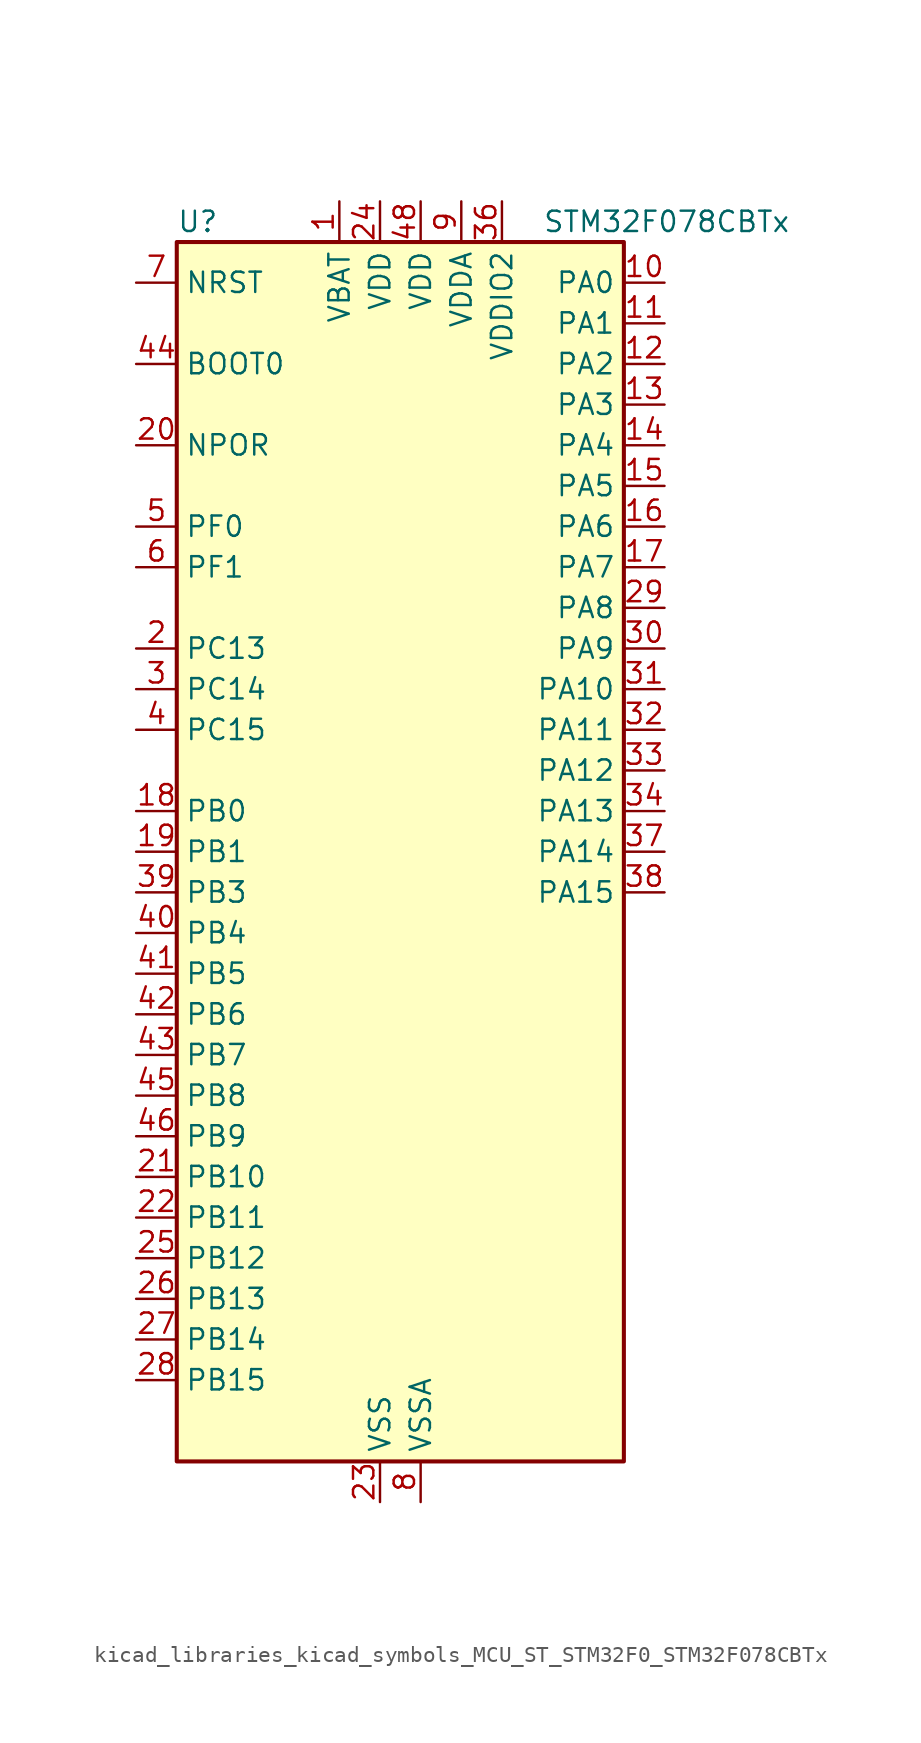
<source format=kicad_sym>
(kicad_symbol_lib
  (version 20220914)
  (generator kicad_symbol_editor)
  (symbol "kicad_libraries_kicad_symbols_MCU_ST_STM32F0_STM32F078CBTx"
    (property "Reference" "U"
      (at -12.7 39.37 0)
      (effects (font (size 1.27 1.27)) (justify left)))
    (property "Value" "STM32F078CBTx"
      (at 10.16 39.37 0)
      (effects (font (size 1.27 1.27)) (justify left)))
    (property "ki_locked" ""
      (at 0 0 0)
      (effects (font (size 1.27 1.27))))
    (symbol "kicad_libraries_kicad_symbols_MCU_ST_STM32F0_STM32F078CBTx_0_1"
      (rectangle (start -12.7 -38.1) (end 15.24 38.1) (stroke (width 0.254) (type default)) (fill (type background))))
    (symbol "kicad_libraries_kicad_symbols_MCU_ST_STM32F0_STM32F078CBTx_1_1"
      (pin power_in line (at -2.54 40.64 270) (length 2.54) (name "VBAT" (effects (font (size 1.27 1.27)))) (number "1" (effects (font (size 1.27 1.27)))))
      (pin bidirectional line (at 17.78 35.56 180) (length 2.54) (name "PA0" (effects (font (size 1.27 1.27)))) (number "10" (effects (font (size 1.27 1.27)))) (alternate "ADC_IN0" bidirectional line) (alternate "COMP1_INM" bidirectional line) (alternate "COMP1_OUT" bidirectional line) (alternate "RTC_TAMP2" bidirectional line) (alternate "SYS_WKUP1" bidirectional line) (alternate "TIM2_CH1" bidirectional line) (alternate "TIM2_ETR" bidirectional line) (alternate "TSC_G1_IO1" bidirectional line) (alternate "USART2_CTS" bidirectional line) (alternate "USART4_TX" bidirectional line))
      (pin bidirectional line (at 17.78 33.02 180) (length 2.54) (name "PA1" (effects (font (size 1.27 1.27)))) (number "11" (effects (font (size 1.27 1.27)))) (alternate "ADC_IN1" bidirectional line) (alternate "COMP1_INP" bidirectional line) (alternate "TIM15_CH1N" bidirectional line) (alternate "TIM2_CH2" bidirectional line) (alternate "TSC_G1_IO2" bidirectional line) (alternate "USART2_DE" bidirectional line) (alternate "USART2_RTS" bidirectional line) (alternate "USART4_RX" bidirectional line))
      (pin bidirectional line (at 17.78 30.48 180) (length 2.54) (name "PA2" (effects (font (size 1.27 1.27)))) (number "12" (effects (font (size 1.27 1.27)))) (alternate "ADC_IN2" bidirectional line) (alternate "COMP2_INM" bidirectional line) (alternate "COMP2_OUT" bidirectional line) (alternate "SYS_WKUP4" bidirectional line) (alternate "TIM15_CH1" bidirectional line) (alternate "TIM2_CH3" bidirectional line) (alternate "TSC_G1_IO3" bidirectional line) (alternate "USART2_TX" bidirectional line))
      (pin bidirectional line (at 17.78 27.94 180) (length 2.54) (name "PA3" (effects (font (size 1.27 1.27)))) (number "13" (effects (font (size 1.27 1.27)))) (alternate "ADC_IN3" bidirectional line) (alternate "COMP2_INP" bidirectional line) (alternate "TIM15_CH2" bidirectional line) (alternate "TIM2_CH4" bidirectional line) (alternate "TSC_G1_IO4" bidirectional line) (alternate "USART2_RX" bidirectional line))
      (pin bidirectional line (at 17.78 25.4 180) (length 2.54) (name "PA4" (effects (font (size 1.27 1.27)))) (number "14" (effects (font (size 1.27 1.27)))) (alternate "ADC_IN4" bidirectional line) (alternate "COMP1_INM" bidirectional line) (alternate "COMP2_INM" bidirectional line) (alternate "DAC_OUT1" bidirectional line) (alternate "I2S1_WS" bidirectional line) (alternate "SPI1_NSS" bidirectional line) (alternate "TIM14_CH1" bidirectional line) (alternate "TSC_G2_IO1" bidirectional line) (alternate "USART2_CK" bidirectional line))
      (pin bidirectional line (at 17.78 22.86 180) (length 2.54) (name "PA5" (effects (font (size 1.27 1.27)))) (number "15" (effects (font (size 1.27 1.27)))) (alternate "ADC_IN5" bidirectional line) (alternate "CEC" bidirectional line) (alternate "COMP1_INM" bidirectional line) (alternate "COMP2_INM" bidirectional line) (alternate "DAC_OUT2" bidirectional line) (alternate "I2S1_CK" bidirectional line) (alternate "SPI1_SCK" bidirectional line) (alternate "TIM2_CH1" bidirectional line) (alternate "TIM2_ETR" bidirectional line) (alternate "TSC_G2_IO2" bidirectional line))
      (pin bidirectional line (at 17.78 20.32 180) (length 2.54) (name "PA6" (effects (font (size 1.27 1.27)))) (number "16" (effects (font (size 1.27 1.27)))) (alternate "ADC_IN6" bidirectional line) (alternate "COMP1_OUT" bidirectional line) (alternate "I2S1_MCK" bidirectional line) (alternate "SPI1_MISO" bidirectional line) (alternate "TIM16_CH1" bidirectional line) (alternate "TIM1_BKIN" bidirectional line) (alternate "TIM3_CH1" bidirectional line) (alternate "TSC_G2_IO3" bidirectional line) (alternate "USART3_CTS" bidirectional line))
      (pin bidirectional line (at 17.78 17.78 180) (length 2.54) (name "PA7" (effects (font (size 1.27 1.27)))) (number "17" (effects (font (size 1.27 1.27)))) (alternate "ADC_IN7" bidirectional line) (alternate "COMP2_OUT" bidirectional line) (alternate "I2S1_SD" bidirectional line) (alternate "SPI1_MOSI" bidirectional line) (alternate "TIM14_CH1" bidirectional line) (alternate "TIM17_CH1" bidirectional line) (alternate "TIM1_CH1N" bidirectional line) (alternate "TIM3_CH2" bidirectional line) (alternate "TSC_G2_IO4" bidirectional line))
      (pin bidirectional line (at -15.24 2.54 0) (length 2.54) (name "PB0" (effects (font (size 1.27 1.27)))) (number "18" (effects (font (size 1.27 1.27)))) (alternate "ADC_IN8" bidirectional line) (alternate "TIM1_CH2N" bidirectional line) (alternate "TIM3_CH3" bidirectional line) (alternate "TSC_G3_IO2" bidirectional line) (alternate "USART3_CK" bidirectional line))
      (pin bidirectional line (at -15.24 0 0) (length 2.54) (name "PB1" (effects (font (size 1.27 1.27)))) (number "19" (effects (font (size 1.27 1.27)))) (alternate "ADC_IN9" bidirectional line) (alternate "TIM14_CH1" bidirectional line) (alternate "TIM1_CH3N" bidirectional line) (alternate "TIM3_CH4" bidirectional line) (alternate "TSC_G3_IO3" bidirectional line) (alternate "USART3_DE" bidirectional line) (alternate "USART3_RTS" bidirectional line))
      (pin bidirectional line (at -15.24 12.7 0) (length 2.54) (name "PC13" (effects (font (size 1.27 1.27)))) (number "2" (effects (font (size 1.27 1.27)))) (alternate "RTC_OUT_ALARM" bidirectional line) (alternate "RTC_OUT_CALIB" bidirectional line) (alternate "RTC_TAMP1" bidirectional line) (alternate "RTC_TS" bidirectional line) (alternate "SYS_WKUP2" bidirectional line))
      (pin input line (at -15.24 25.4 0) (length 2.54) (name "NPOR" (effects (font (size 1.27 1.27)))) (number "20" (effects (font (size 1.27 1.27)))))
      (pin bidirectional line (at -15.24 -20.32 0) (length 2.54) (name "PB10" (effects (font (size 1.27 1.27)))) (number "21" (effects (font (size 1.27 1.27)))) (alternate "CEC" bidirectional line) (alternate "I2C2_SCL" bidirectional line) (alternate "I2S2_CK" bidirectional line) (alternate "SPI2_SCK" bidirectional line) (alternate "TIM2_CH3" bidirectional line) (alternate "TSC_SYNC" bidirectional line) (alternate "USART3_TX" bidirectional line))
      (pin bidirectional line (at -15.24 -22.86 0) (length 2.54) (name "PB11" (effects (font (size 1.27 1.27)))) (number "22" (effects (font (size 1.27 1.27)))) (alternate "I2C2_SDA" bidirectional line) (alternate "TIM2_CH4" bidirectional line) (alternate "TSC_G6_IO1" bidirectional line) (alternate "USART3_RX" bidirectional line))
      (pin power_in line (at 0 -40.64 90) (length 2.54) (name "VSS" (effects (font (size 1.27 1.27)))) (number "23" (effects (font (size 1.27 1.27)))))
      (pin power_in line (at 0 40.64 270) (length 2.54) (name "VDD" (effects (font (size 1.27 1.27)))) (number "24" (effects (font (size 1.27 1.27)))))
      (pin bidirectional line (at -15.24 -25.4 0) (length 2.54) (name "PB12" (effects (font (size 1.27 1.27)))) (number "25" (effects (font (size 1.27 1.27)))) (alternate "I2S2_WS" bidirectional line) (alternate "SPI2_NSS" bidirectional line) (alternate "TIM15_BKIN" bidirectional line) (alternate "TIM1_BKIN" bidirectional line) (alternate "TSC_G6_IO2" bidirectional line) (alternate "USART3_CK" bidirectional line))
      (pin bidirectional line (at -15.24 -27.94 0) (length 2.54) (name "PB13" (effects (font (size 1.27 1.27)))) (number "26" (effects (font (size 1.27 1.27)))) (alternate "I2C2_SCL" bidirectional line) (alternate "I2S2_CK" bidirectional line) (alternate "SPI2_SCK" bidirectional line) (alternate "TIM1_CH1N" bidirectional line) (alternate "TSC_G6_IO3" bidirectional line) (alternate "USART3_CTS" bidirectional line))
      (pin bidirectional line (at -15.24 -30.48 0) (length 2.54) (name "PB14" (effects (font (size 1.27 1.27)))) (number "27" (effects (font (size 1.27 1.27)))) (alternate "I2C2_SDA" bidirectional line) (alternate "I2S2_MCK" bidirectional line) (alternate "SPI2_MISO" bidirectional line) (alternate "TIM15_CH1" bidirectional line) (alternate "TIM1_CH2N" bidirectional line) (alternate "TSC_G6_IO4" bidirectional line) (alternate "USART3_DE" bidirectional line) (alternate "USART3_RTS" bidirectional line))
      (pin bidirectional line (at -15.24 -33.02 0) (length 2.54) (name "PB15" (effects (font (size 1.27 1.27)))) (number "28" (effects (font (size 1.27 1.27)))) (alternate "I2S2_SD" bidirectional line) (alternate "RTC_REFIN" bidirectional line) (alternate "SPI2_MOSI" bidirectional line) (alternate "SYS_WKUP7" bidirectional line) (alternate "TIM15_CH1N" bidirectional line) (alternate "TIM15_CH2" bidirectional line) (alternate "TIM1_CH3N" bidirectional line))
      (pin bidirectional line (at 17.78 15.24 180) (length 2.54) (name "PA8" (effects (font (size 1.27 1.27)))) (number "29" (effects (font (size 1.27 1.27)))) (alternate "CRS_SYNC" bidirectional line) (alternate "RCC_MCO" bidirectional line) (alternate "TIM1_CH1" bidirectional line) (alternate "USART1_CK" bidirectional line))
      (pin bidirectional line (at -15.24 10.16 0) (length 2.54) (name "PC14" (effects (font (size 1.27 1.27)))) (number "3" (effects (font (size 1.27 1.27)))) (alternate "RCC_OSC32_IN" bidirectional line))
      (pin bidirectional line (at 17.78 12.7 180) (length 2.54) (name "PA9" (effects (font (size 1.27 1.27)))) (number "30" (effects (font (size 1.27 1.27)))) (alternate "DAC_EXTI9" bidirectional line) (alternate "TIM15_BKIN" bidirectional line) (alternate "TIM1_CH2" bidirectional line) (alternate "TSC_G4_IO1" bidirectional line) (alternate "USART1_TX" bidirectional line))
      (pin bidirectional line (at 17.78 10.16 180) (length 2.54) (name "PA10" (effects (font (size 1.27 1.27)))) (number "31" (effects (font (size 1.27 1.27)))) (alternate "TIM17_BKIN" bidirectional line) (alternate "TIM1_CH3" bidirectional line) (alternate "TSC_G4_IO2" bidirectional line) (alternate "USART1_RX" bidirectional line))
      (pin bidirectional line (at 17.78 7.62 180) (length 2.54) (name "PA11" (effects (font (size 1.27 1.27)))) (number "32" (effects (font (size 1.27 1.27)))) (alternate "COMP1_OUT" bidirectional line) (alternate "TIM1_CH4" bidirectional line) (alternate "TSC_G4_IO3" bidirectional line) (alternate "USART1_CTS" bidirectional line) (alternate "USB_DM" bidirectional line))
      (pin bidirectional line (at 17.78 5.08 180) (length 2.54) (name "PA12" (effects (font (size 1.27 1.27)))) (number "33" (effects (font (size 1.27 1.27)))) (alternate "COMP2_OUT" bidirectional line) (alternate "TIM1_ETR" bidirectional line) (alternate "TSC_G4_IO4" bidirectional line) (alternate "USART1_DE" bidirectional line) (alternate "USART1_RTS" bidirectional line) (alternate "USB_DP" bidirectional line))
      (pin bidirectional line (at 17.78 2.54 180) (length 2.54) (name "PA13" (effects (font (size 1.27 1.27)))) (number "34" (effects (font (size 1.27 1.27)))) (alternate "IR_OUT" bidirectional line) (alternate "SYS_SWDIO" bidirectional line) (alternate "USB_NOE" bidirectional line))
      (pin passive line (at 0 -40.64 90) (length 2.54) hide (name "VSS" (effects (font (size 1.27 1.27)))) (number "35" (effects (font (size 1.27 1.27)))))
      (pin power_in line (at 7.62 40.64 270) (length 2.54) (name "VDDIO2" (effects (font (size 1.27 1.27)))) (number "36" (effects (font (size 1.27 1.27)))))
      (pin bidirectional line (at 17.78 0 180) (length 2.54) (name "PA14" (effects (font (size 1.27 1.27)))) (number "37" (effects (font (size 1.27 1.27)))) (alternate "SYS_SWCLK" bidirectional line) (alternate "USART2_TX" bidirectional line))
      (pin bidirectional line (at 17.78 -2.54 180) (length 2.54) (name "PA15" (effects (font (size 1.27 1.27)))) (number "38" (effects (font (size 1.27 1.27)))) (alternate "I2S1_WS" bidirectional line) (alternate "SPI1_NSS" bidirectional line) (alternate "TIM2_CH1" bidirectional line) (alternate "TIM2_ETR" bidirectional line) (alternate "USART2_RX" bidirectional line) (alternate "USART4_DE" bidirectional line) (alternate "USART4_RTS" bidirectional line))
      (pin bidirectional line (at -15.24 -2.54 0) (length 2.54) (name "PB3" (effects (font (size 1.27 1.27)))) (number "39" (effects (font (size 1.27 1.27)))) (alternate "I2S1_CK" bidirectional line) (alternate "SPI1_SCK" bidirectional line) (alternate "TIM2_CH2" bidirectional line) (alternate "TSC_G5_IO1" bidirectional line))
      (pin bidirectional line (at -15.24 7.62 0) (length 2.54) (name "PC15" (effects (font (size 1.27 1.27)))) (number "4" (effects (font (size 1.27 1.27)))) (alternate "RCC_OSC32_OUT" bidirectional line))
      (pin bidirectional line (at -15.24 -5.08 0) (length 2.54) (name "PB4" (effects (font (size 1.27 1.27)))) (number "40" (effects (font (size 1.27 1.27)))) (alternate "I2S1_MCK" bidirectional line) (alternate "SPI1_MISO" bidirectional line) (alternate "TIM17_BKIN" bidirectional line) (alternate "TIM3_CH1" bidirectional line) (alternate "TSC_G5_IO2" bidirectional line))
      (pin bidirectional line (at -15.24 -7.62 0) (length 2.54) (name "PB5" (effects (font (size 1.27 1.27)))) (number "41" (effects (font (size 1.27 1.27)))) (alternate "I2C1_SMBA" bidirectional line) (alternate "I2S1_SD" bidirectional line) (alternate "SPI1_MOSI" bidirectional line) (alternate "SYS_WKUP6" bidirectional line) (alternate "TIM16_BKIN" bidirectional line) (alternate "TIM3_CH2" bidirectional line))
      (pin bidirectional line (at -15.24 -10.16 0) (length 2.54) (name "PB6" (effects (font (size 1.27 1.27)))) (number "42" (effects (font (size 1.27 1.27)))) (alternate "I2C1_SCL" bidirectional line) (alternate "TIM16_CH1N" bidirectional line) (alternate "TSC_G5_IO3" bidirectional line) (alternate "USART1_TX" bidirectional line))
      (pin bidirectional line (at -15.24 -12.7 0) (length 2.54) (name "PB7" (effects (font (size 1.27 1.27)))) (number "43" (effects (font (size 1.27 1.27)))) (alternate "I2C1_SDA" bidirectional line) (alternate "TIM17_CH1N" bidirectional line) (alternate "TSC_G5_IO4" bidirectional line) (alternate "USART1_RX" bidirectional line) (alternate "USART4_CTS" bidirectional line))
      (pin input line (at -15.24 30.48 0) (length 2.54) (name "BOOT0" (effects (font (size 1.27 1.27)))) (number "44" (effects (font (size 1.27 1.27)))))
      (pin bidirectional line (at -15.24 -15.24 0) (length 2.54) (name "PB8" (effects (font (size 1.27 1.27)))) (number "45" (effects (font (size 1.27 1.27)))) (alternate "CEC" bidirectional line) (alternate "I2C1_SCL" bidirectional line) (alternate "TIM16_CH1" bidirectional line) (alternate "TSC_SYNC" bidirectional line))
      (pin bidirectional line (at -15.24 -17.78 0) (length 2.54) (name "PB9" (effects (font (size 1.27 1.27)))) (number "46" (effects (font (size 1.27 1.27)))) (alternate "DAC_EXTI9" bidirectional line) (alternate "I2C1_SDA" bidirectional line) (alternate "I2S2_WS" bidirectional line) (alternate "IR_OUT" bidirectional line) (alternate "SPI2_NSS" bidirectional line) (alternate "TIM17_CH1" bidirectional line))
      (pin passive line (at 0 -40.64 90) (length 2.54) hide (name "VSS" (effects (font (size 1.27 1.27)))) (number "47" (effects (font (size 1.27 1.27)))))
      (pin power_in line (at 2.54 40.64 270) (length 2.54) (name "VDD" (effects (font (size 1.27 1.27)))) (number "48" (effects (font (size 1.27 1.27)))))
      (pin bidirectional line (at -15.24 20.32 0) (length 2.54) (name "PF0" (effects (font (size 1.27 1.27)))) (number "5" (effects (font (size 1.27 1.27)))) (alternate "CRS_SYNC" bidirectional line) (alternate "RCC_OSC_IN" bidirectional line))
      (pin bidirectional line (at -15.24 17.78 0) (length 2.54) (name "PF1" (effects (font (size 1.27 1.27)))) (number "6" (effects (font (size 1.27 1.27)))) (alternate "RCC_OSC_OUT" bidirectional line))
      (pin input line (at -15.24 35.56 0) (length 2.54) (name "NRST" (effects (font (size 1.27 1.27)))) (number "7" (effects (font (size 1.27 1.27)))))
      (pin power_in line (at 2.54 -40.64 90) (length 2.54) (name "VSSA" (effects (font (size 1.27 1.27)))) (number "8" (effects (font (size 1.27 1.27)))))
      (pin power_in line (at 5.08 40.64 270) (length 2.54) (name "VDDA" (effects (font (size 1.27 1.27)))) (number "9" (effects (font (size 1.27 1.27))))))))
</source>
